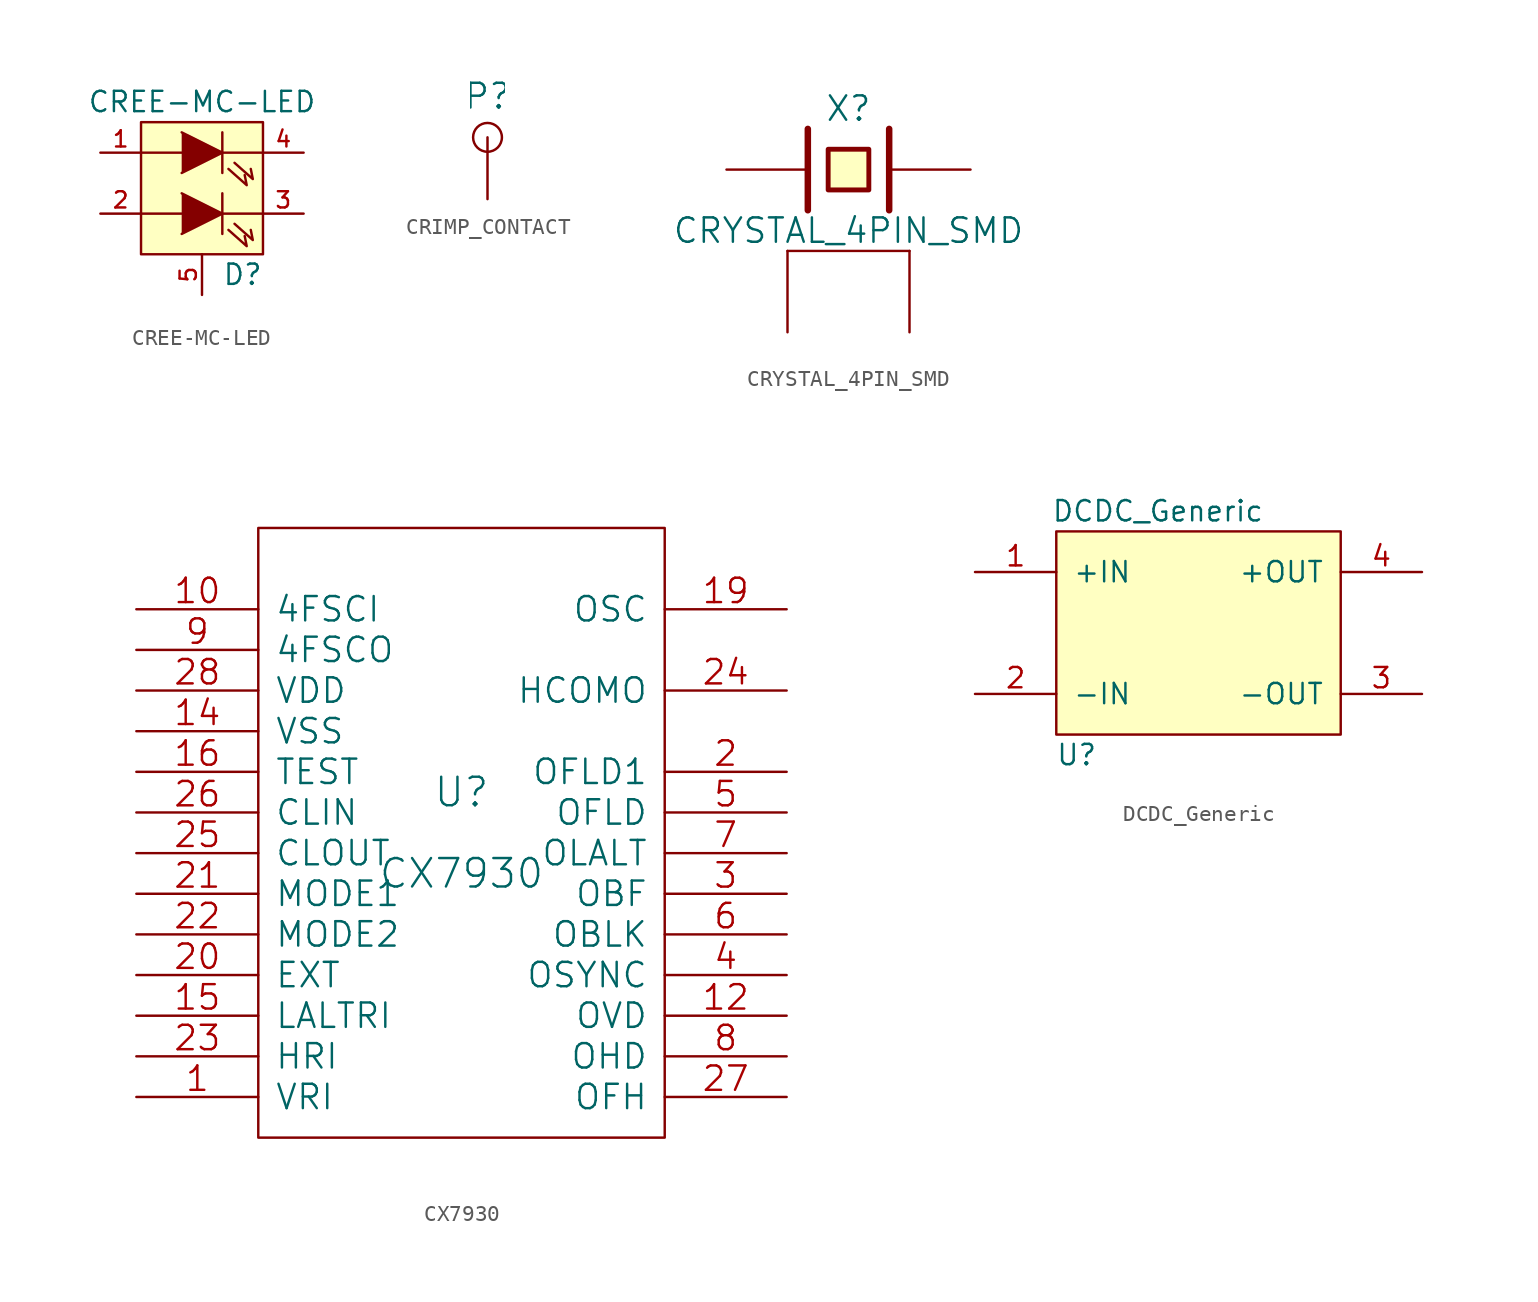
<source format=kicad_sym>
(kicad_symbol_lib
  (version 20211014)
  (generator kicad_symbol_editor)
  (symbol "CREE-MC-LED"
    (pin_names
      (offset 1.016) hide)
    (property "Reference" "D"
      (at 2.54 -7.62 0)
      (effects (font (size 1.27 1.27))))
    (property "Value" "CREE-MC-LED"
      (at 0 3.175 0)
      (effects (font (size 1.27 1.27))))
    (property "Footprint" ""
      (at 0 0 0)
      (effects (font (size 1.524 1.524))))
    (property "Datasheet" ""
      (at 0 0 0)
      (effects (font (size 1.524 1.524))))
    (symbol "CREE-MC-LED_0_1"
      (rectangle (start -3.81 1.905) (end 3.81 -6.35) (stroke (width 0) (type default) (color 0 0 0 0)) (fill (type background)))
      (polyline (pts (xy -3.81 -3.81) (xy -1.27 -3.81)) (stroke (width 0) (type default) (color 0 0 0 0)) (fill (type none)))
      (polyline (pts (xy -3.81 0) (xy -1.27 0)) (stroke (width 0) (type default) (color 0 0 0 0)) (fill (type none)))
      (polyline (pts (xy 1.27 -3.81) (xy 3.81 -3.81)) (stroke (width 0) (type default) (color 0 0 0 0)) (fill (type none)))
      (polyline (pts (xy 1.27 -2.54) (xy 1.27 -5.08)) (stroke (width 0) (type default) (color 0 0 0 0)) (fill (type none)))
      (polyline (pts (xy 1.27 1.27) (xy 1.27 -1.27)) (stroke (width 0) (type default) (color 0 0 0 0)) (fill (type none)))
      (polyline (pts (xy 3.81 0) (xy 1.27 0)) (stroke (width 0) (type default) (color 0 0 0 0)) (fill (type none)))
      (polyline (pts (xy -1.27 -2.54) (xy 1.27 -3.81) (xy -1.27 -5.08)) (stroke (width 0) (type default) (color 0 0 0 0)) (fill (type outline)))
      (polyline (pts (xy -1.27 1.27) (xy 1.27 0) (xy -1.27 -1.27)) (stroke (width 0) (type default) (color 0 0 0 0)) (fill (type outline)))
      (polyline (pts (xy 1.651 -4.826) (xy 2.794 -5.842) (xy 2.667 -5.207)) (stroke (width 0) (type default) (color 0 0 0 0)) (fill (type none)))
      (polyline (pts (xy 1.651 -1.016) (xy 2.794 -2.032) (xy 2.667 -1.397)) (stroke (width 0) (type default) (color 0 0 0 0)) (fill (type none)))
      (polyline (pts (xy 2.032 -4.445) (xy 3.175 -5.461) (xy 3.048 -4.826)) (stroke (width 0) (type default) (color 0 0 0 0)) (fill (type none)))
      (polyline (pts (xy 2.032 -0.635) (xy 3.175 -1.651) (xy 3.048 -1.016)) (stroke (width 0) (type default) (color 0 0 0 0)) (fill (type none))))
    (symbol "CREE-MC-LED_1_1"
      (pin power_in line (at -6.35 0 0) (length 2.54) (name "A" (effects (font (size 1.016 1.016)))) (number "1" (effects (font (size 1.016 1.016)))))
      (pin power_in line (at -6.35 -3.81 0) (length 2.54) (name "A" (effects (font (size 1.016 1.016)))) (number "2" (effects (font (size 1.016 1.016)))))
      (pin power_in line (at 6.35 -3.81 180) (length 2.54) (name "K" (effects (font (size 1.016 1.016)))) (number "3" (effects (font (size 1.016 1.016)))))
      (pin power_in line (at 6.35 0 180) (length 2.54) (name "K" (effects (font (size 1.016 1.016)))) (number "4" (effects (font (size 1.016 1.016)))))
      (pin passive line (at 0 -8.89 90) (length 2.54) (name "DIE_HS" (effects (font (size 1.016 1.016)))) (number "5" (effects (font (size 1.016 1.016)))))))
  (symbol "CRIMP_CONTACT"
    (pin_names
      (offset 1.016))
    (property "Reference" "P"
      (at 0 4.445 0)
      (effects (font (size 1.524 1.524))))
    (property "Footprint" ""
      (at 0 0 0)
      (effects (font (size 1.524 1.524))))
    (property "Datasheet" ""
      (at 0 0 0)
      (effects (font (size 1.524 1.524))))
    (symbol "CRIMP_CONTACT_0_1"
      (polyline (pts (xy 0 1.905) (xy 0 -1.905)) (stroke (width 0) (type default) (color 0 0 0 0)) (fill (type none)))
      (circle (center 0 1.905) (radius 0.889) (stroke (width 0) (type default) (color 0 0 0 0)) (fill (type none)))))
  (symbol "CRYSTAL_4PIN_SMD"
    (pin_numbers hide)
    (pin_names
      (offset 1.016) hide)
    (property "Reference" "X"
      (at 0 3.81 0)
      (effects (font (size 1.524 1.524))))
    (property "Value" "CRYSTAL_4PIN_SMD"
      (at 0 -3.81 0)
      (effects (font (size 1.524 1.524))))
    (property "Footprint" ""
      (at 0 0 0)
      (effects (font (size 1.524 1.524))))
    (property "Datasheet" ""
      (at 0 0 0)
      (effects (font (size 1.524 1.524))))
    (symbol "CRYSTAL_4PIN_SMD_0_1"
      (polyline (pts (xy -3.81 -5.08) (xy 3.81 -5.08)) (stroke (width 0) (type default) (color 0 0 0 0)) (fill (type none)))
      (polyline (pts (xy -2.54 2.54) (xy -2.54 -2.54)) (stroke (width 0.406) (type default) (color 0 0 0 0)) (fill (type none)))
      (polyline (pts (xy 2.54 2.54) (xy 2.54 -2.54)) (stroke (width 0.406) (type default) (color 0 0 0 0)) (fill (type none)))
      (polyline (pts (xy -1.27 1.27) (xy 1.27 1.27) (xy 1.27 -1.27) (xy -1.27 -1.27) (xy -1.27 1.27)) (stroke (width 0.305) (type default) (color 0 0 0 0)) (fill (type background))))
    (symbol "CRYSTAL_4PIN_SMD_1_1"
      (pin passive line (at -7.62 0 0) (length 5.08) (name "1" (effects (font (size 1.016 1.016)))) (number "1" (effects (font (size 1.016 1.016)))))
      (pin passive line (at -3.81 -10.16 90) (length 5.08) (name "GND" (effects (font (size 1.016 1.016)))) (number "2" (effects (font (size 1.016 1.016)))))
      (pin passive line (at 7.62 0 180) (length 5.08) (name "3" (effects (font (size 1.016 1.016)))) (number "3" (effects (font (size 1.016 1.016)))))
      (pin passive line (at 3.81 -10.16 90) (length 5.08) (name "GND" (effects (font (size 1.016 1.016)))) (number "4" (effects (font (size 1.016 1.016)))))))
  (symbol "CX7930"
    (pin_names
      (offset 1.016))
    (property "Reference" "U"
      (at 0 2.54 0)
      (effects (font (size 1.778 1.778))))
    (property "Value" "CX7930"
      (at 0 -2.54 0)
      (effects (font (size 1.778 1.778))))
    (property "Footprint" ""
      (at 0 0 0)
      (effects (font (size 1.524 1.524))))
    (property "Datasheet" ""
      (at 0 0 0)
      (effects (font (size 1.524 1.524))))
    (symbol "CX7930_0_1"
      (rectangle (start -12.7 -19.05) (end 12.7 19.05) (stroke (width 0) (type default) (color 0 0 0 0)) (fill (type none))))
    (symbol "CX7930_1_1"
      (pin input line (at -20.32 -16.51 0) (length 7.62) (name "VRI" (effects (font (size 1.524 1.524)))) (number "1" (effects (font (size 1.524 1.524)))))
      (pin input line (at -20.32 13.97 0) (length 7.62) (name "4FSCI" (effects (font (size 1.524 1.524)))) (number "10" (effects (font (size 1.524 1.524)))))
      (pin output line (at 20.32 -11.43 180) (length 7.62) (name "OVD" (effects (font (size 1.524 1.524)))) (number "12" (effects (font (size 1.524 1.524)))))
      (pin input line (at -20.32 6.35 0) (length 7.62) (name "VSS" (effects (font (size 1.524 1.524)))) (number "14" (effects (font (size 1.524 1.524)))))
      (pin input line (at -20.32 -11.43 0) (length 7.62) (name "LALTRI" (effects (font (size 1.524 1.524)))) (number "15" (effects (font (size 1.524 1.524)))))
      (pin input line (at -20.32 3.81 0) (length 7.62) (name "TEST" (effects (font (size 1.524 1.524)))) (number "16" (effects (font (size 1.524 1.524)))))
      (pin output line (at 20.32 13.97 180) (length 7.62) (name "OSC" (effects (font (size 1.524 1.524)))) (number "19" (effects (font (size 1.524 1.524)))))
      (pin output line (at 20.32 3.81 180) (length 7.62) (name "OFLD1" (effects (font (size 1.524 1.524)))) (number "2" (effects (font (size 1.524 1.524)))))
      (pin input line (at -20.32 -8.89 0) (length 7.62) (name "EXT" (effects (font (size 1.524 1.524)))) (number "20" (effects (font (size 1.524 1.524)))))
      (pin input line (at -20.32 -3.81 0) (length 7.62) (name "MODE1" (effects (font (size 1.524 1.524)))) (number "21" (effects (font (size 1.524 1.524)))))
      (pin input line (at -20.32 -6.35 0) (length 7.62) (name "MODE2" (effects (font (size 1.524 1.524)))) (number "22" (effects (font (size 1.524 1.524)))))
      (pin input line (at -20.32 -13.97 0) (length 7.62) (name "HRI" (effects (font (size 1.524 1.524)))) (number "23" (effects (font (size 1.524 1.524)))))
      (pin output line (at 20.32 8.89 180) (length 7.62) (name "HCOMO" (effects (font (size 1.524 1.524)))) (number "24" (effects (font (size 1.524 1.524)))))
      (pin output line (at -20.32 -1.27 0) (length 7.62) (name "CLOUT" (effects (font (size 1.524 1.524)))) (number "25" (effects (font (size 1.524 1.524)))))
      (pin input line (at -20.32 1.27 0) (length 7.62) (name "CLIN" (effects (font (size 1.524 1.524)))) (number "26" (effects (font (size 1.524 1.524)))))
      (pin output line (at 20.32 -16.51 180) (length 7.62) (name "OFH" (effects (font (size 1.524 1.524)))) (number "27" (effects (font (size 1.524 1.524)))))
      (pin input line (at -20.32 8.89 0) (length 7.62) (name "VDD" (effects (font (size 1.524 1.524)))) (number "28" (effects (font (size 1.524 1.524)))))
      (pin output line (at 20.32 -3.81 180) (length 7.62) (name "OBF" (effects (font (size 1.524 1.524)))) (number "3" (effects (font (size 1.524 1.524)))))
      (pin output line (at 20.32 -8.89 180) (length 7.62) (name "OSYNC" (effects (font (size 1.524 1.524)))) (number "4" (effects (font (size 1.524 1.524)))))
      (pin output line (at 20.32 1.27 180) (length 7.62) (name "OFLD" (effects (font (size 1.524 1.524)))) (number "5" (effects (font (size 1.524 1.524)))))
      (pin output line (at 20.32 -6.35 180) (length 7.62) (name "OBLK" (effects (font (size 1.524 1.524)))) (number "6" (effects (font (size 1.524 1.524)))))
      (pin output line (at 20.32 -1.27 180) (length 7.62) (name "OLALT" (effects (font (size 1.524 1.524)))) (number "7" (effects (font (size 1.524 1.524)))))
      (pin output line (at 20.32 -13.97 180) (length 7.62) (name "OHD" (effects (font (size 1.524 1.524)))) (number "8" (effects (font (size 1.524 1.524)))))
      (pin output line (at -20.32 11.43 0) (length 7.62) (name "4FSCO" (effects (font (size 1.524 1.524)))) (number "9" (effects (font (size 1.524 1.524)))))))
  (symbol "DCDC_Generic"
    (pin_names
      (offset 1.016))
    (property "Reference" "U"
      (at -1.27 1.27 0)
      (effects (font (size 1.27 1.27))))
    (property "Value" "DCDC_Generic"
      (at 3.81 16.51 0)
      (effects (font (size 1.27 1.27))))
    (symbol "DCDC_Generic_0_1"
      (rectangle (start -2.54 15.24) (end 15.24 2.54) (stroke (width 0) (type default) (color 0 0 0 0)) (fill (type background))))
    (symbol "DCDC_Generic_1_1"
      (pin input line (at -7.62 12.7 0) (length 5.08) (name "+IN" (effects (font (size 1.27 1.27)))) (number "1" (effects (font (size 1.27 1.27)))))
      (pin input line (at -7.62 5.08 0) (length 5.08) (name "-IN" (effects (font (size 1.27 1.27)))) (number "2" (effects (font (size 1.27 1.27)))))
      (pin input line (at 20.32 5.08 180) (length 5.08) (name "-OUT" (effects (font (size 1.27 1.27)))) (number "3" (effects (font (size 1.27 1.27)))))
      (pin input line (at 20.32 12.7 180) (length 5.08) (name "+OUT" (effects (font (size 1.27 1.27)))) (number "4" (effects (font (size 1.27 1.27))))))))
</source>
